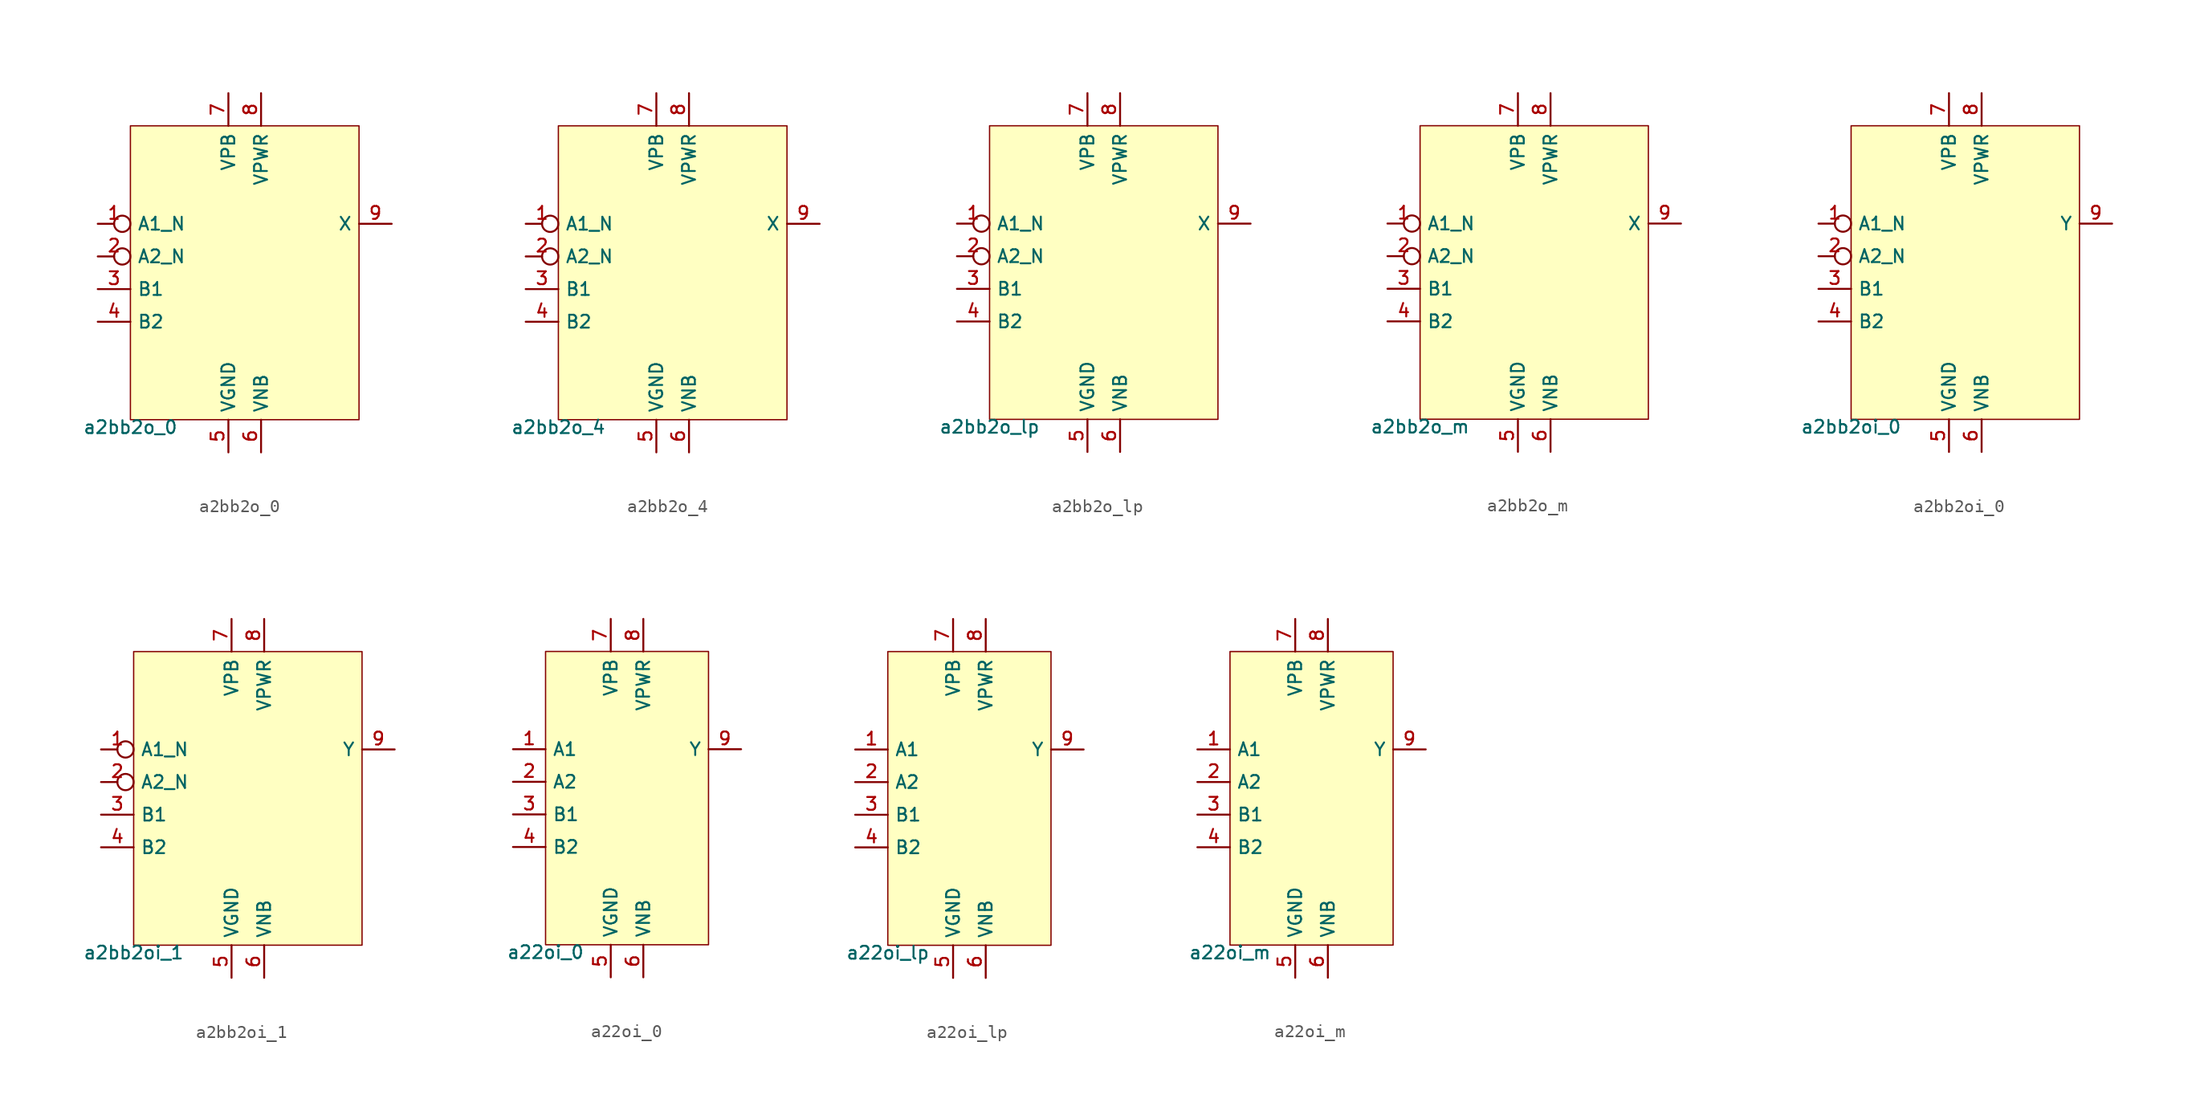
<source format=kicad_sym>
(kicad_symbol_lib
  (version 20211014)
  (generator pdk2kicad)
  (symbol "a2bb2o_0"
    (property "Reference" "X"
      (at 0 0 0)
      (effects (font (size 1 1)) hide))
    (property "Value" "a2bb2o_0"
      (at -8.89 -11.43 0)
      (effects (font (size 1 1)) (justify top)))
    (rectangle
      (start -8.89 -11.43)
      (end 8.89 11.43)
      (stroke (width 0.1) (type solid) (color 0 0 0 0))
      (fill (type background)))
    (pin input inverted
      (at -11.43 3.81 0)
      (length 2.54)
      (name "A1_N" (effects (font (size 1 1)) hide))
      (number "1" (effects (font (size 1 1)) hide)))
    (pin input inverted
      (at -11.43 1.27 0)
      (length 2.54)
      (name "A2_N" (effects (font (size 1 1)) hide))
      (number "2" (effects (font (size 1 1)) hide)))
    (pin input line
      (at -11.43 -1.27 0)
      (length 2.54)
      (name "B1" (effects (font (size 1 1)) hide))
      (number "3" (effects (font (size 1 1)) hide)))
    (pin input line
      (at -11.43 -3.81 0)
      (length 2.54)
      (name "B2" (effects (font (size 1 1)) hide))
      (number "4" (effects (font (size 1 1)) hide)))
    (pin power_in line
      (at -1.27 -13.97 90)
      (length 2.54)
      (name "VGND" (effects (font (size 1 1)) hide))
      (number "5" (effects (font (size 1 1)) hide)))
    (pin power_in line
      (at 1.27 -13.97 90)
      (length 2.54)
      (name "VNB" (effects (font (size 1 1)) hide))
      (number "6" (effects (font (size 1 1)) hide)))
    (pin power_in line
      (at -1.27 13.97 270)
      (length 2.54)
      (name "VPB" (effects (font (size 1 1)) hide))
      (number "7" (effects (font (size 1 1)) hide)))
    (pin power_in line
      (at 1.27 13.97 270)
      (length 2.54)
      (name "VPWR" (effects (font (size 1 1)) hide))
      (number "8" (effects (font (size 1 1)) hide)))
    (pin output line
      (at 11.43 3.81 180)
      (length 2.54)
      (name "X" (effects (font (size 1 1)) hide))
      (number "9" (effects (font (size 1 1)) hide))))
  (symbol "a2bb2o_4"
    (property "Reference" "X"
      (at 0 0 0)
      (effects (font (size 1 1)) hide))
    (property "Value" "a2bb2o_4"
      (at -8.89 -11.43 0)
      (effects (font (size 1 1)) (justify top)))
    (rectangle
      (start -8.89 -11.43)
      (end 8.89 11.43)
      (stroke (width 0.1) (type solid) (color 0 0 0 0))
      (fill (type background)))
    (pin input inverted
      (at -11.43 3.81 0)
      (length 2.54)
      (name "A1_N" (effects (font (size 1 1)) hide))
      (number "1" (effects (font (size 1 1)) hide)))
    (pin input inverted
      (at -11.43 1.27 0)
      (length 2.54)
      (name "A2_N" (effects (font (size 1 1)) hide))
      (number "2" (effects (font (size 1 1)) hide)))
    (pin input line
      (at -11.43 -1.27 0)
      (length 2.54)
      (name "B1" (effects (font (size 1 1)) hide))
      (number "3" (effects (font (size 1 1)) hide)))
    (pin input line
      (at -11.43 -3.81 0)
      (length 2.54)
      (name "B2" (effects (font (size 1 1)) hide))
      (number "4" (effects (font (size 1 1)) hide)))
    (pin power_in line
      (at -1.27 -13.97 90)
      (length 2.54)
      (name "VGND" (effects (font (size 1 1)) hide))
      (number "5" (effects (font (size 1 1)) hide)))
    (pin power_in line
      (at 1.27 -13.97 90)
      (length 2.54)
      (name "VNB" (effects (font (size 1 1)) hide))
      (number "6" (effects (font (size 1 1)) hide)))
    (pin power_in line
      (at -1.27 13.97 270)
      (length 2.54)
      (name "VPB" (effects (font (size 1 1)) hide))
      (number "7" (effects (font (size 1 1)) hide)))
    (pin power_in line
      (at 1.27 13.97 270)
      (length 2.54)
      (name "VPWR" (effects (font (size 1 1)) hide))
      (number "8" (effects (font (size 1 1)) hide)))
    (pin output line
      (at 11.43 3.81 180)
      (length 2.54)
      (name "X" (effects (font (size 1 1)) hide))
      (number "9" (effects (font (size 1 1)) hide))))
  (symbol "a2bb2o_lp"
    (property "Reference" "X"
      (at 0 0 0)
      (effects (font (size 1 1)) hide))
    (property "Value" "a2bb2o_lp"
      (at -8.89 -11.43 0)
      (effects (font (size 1 1)) (justify top)))
    (rectangle
      (start -8.89 -11.43)
      (end 8.89 11.43)
      (stroke (width 0.1) (type solid) (color 0 0 0 0))
      (fill (type background)))
    (pin input inverted
      (at -11.43 3.81 0)
      (length 2.54)
      (name "A1_N" (effects (font (size 1 1)) hide))
      (number "1" (effects (font (size 1 1)) hide)))
    (pin input inverted
      (at -11.43 1.27 0)
      (length 2.54)
      (name "A2_N" (effects (font (size 1 1)) hide))
      (number "2" (effects (font (size 1 1)) hide)))
    (pin input line
      (at -11.43 -1.27 0)
      (length 2.54)
      (name "B1" (effects (font (size 1 1)) hide))
      (number "3" (effects (font (size 1 1)) hide)))
    (pin input line
      (at -11.43 -3.81 0)
      (length 2.54)
      (name "B2" (effects (font (size 1 1)) hide))
      (number "4" (effects (font (size 1 1)) hide)))
    (pin power_in line
      (at -1.27 -13.97 90)
      (length 2.54)
      (name "VGND" (effects (font (size 1 1)) hide))
      (number "5" (effects (font (size 1 1)) hide)))
    (pin power_in line
      (at 1.27 -13.97 90)
      (length 2.54)
      (name "VNB" (effects (font (size 1 1)) hide))
      (number "6" (effects (font (size 1 1)) hide)))
    (pin power_in line
      (at -1.27 13.97 270)
      (length 2.54)
      (name "VPB" (effects (font (size 1 1)) hide))
      (number "7" (effects (font (size 1 1)) hide)))
    (pin power_in line
      (at 1.27 13.97 270)
      (length 2.54)
      (name "VPWR" (effects (font (size 1 1)) hide))
      (number "8" (effects (font (size 1 1)) hide)))
    (pin output line
      (at 11.43 3.81 180)
      (length 2.54)
      (name "X" (effects (font (size 1 1)) hide))
      (number "9" (effects (font (size 1 1)) hide))))
  (symbol "a2bb2o_m"
    (property "Reference" "X"
      (at 0 0 0)
      (effects (font (size 1 1)) hide))
    (property "Value" "a2bb2o_m"
      (at -8.89 -11.43 0)
      (effects (font (size 1 1)) (justify top)))
    (rectangle
      (start -8.89 -11.43)
      (end 8.89 11.43)
      (stroke (width 0.1) (type solid) (color 0 0 0 0))
      (fill (type background)))
    (pin input inverted
      (at -11.43 3.81 0)
      (length 2.54)
      (name "A1_N" (effects (font (size 1 1)) hide))
      (number "1" (effects (font (size 1 1)) hide)))
    (pin input inverted
      (at -11.43 1.27 0)
      (length 2.54)
      (name "A2_N" (effects (font (size 1 1)) hide))
      (number "2" (effects (font (size 1 1)) hide)))
    (pin input line
      (at -11.43 -1.27 0)
      (length 2.54)
      (name "B1" (effects (font (size 1 1)) hide))
      (number "3" (effects (font (size 1 1)) hide)))
    (pin input line
      (at -11.43 -3.81 0)
      (length 2.54)
      (name "B2" (effects (font (size 1 1)) hide))
      (number "4" (effects (font (size 1 1)) hide)))
    (pin power_in line
      (at -1.27 -13.97 90)
      (length 2.54)
      (name "VGND" (effects (font (size 1 1)) hide))
      (number "5" (effects (font (size 1 1)) hide)))
    (pin power_in line
      (at 1.27 -13.97 90)
      (length 2.54)
      (name "VNB" (effects (font (size 1 1)) hide))
      (number "6" (effects (font (size 1 1)) hide)))
    (pin power_in line
      (at -1.27 13.97 270)
      (length 2.54)
      (name "VPB" (effects (font (size 1 1)) hide))
      (number "7" (effects (font (size 1 1)) hide)))
    (pin power_in line
      (at 1.27 13.97 270)
      (length 2.54)
      (name "VPWR" (effects (font (size 1 1)) hide))
      (number "8" (effects (font (size 1 1)) hide)))
    (pin output line
      (at 11.43 3.81 180)
      (length 2.54)
      (name "X" (effects (font (size 1 1)) hide))
      (number "9" (effects (font (size 1 1)) hide))))
  (symbol "a2bb2oi_0"
    (property "Reference" "X"
      (at 0 0 0)
      (effects (font (size 1 1)) hide))
    (property "Value" "a2bb2oi_0"
      (at -8.89 -11.43 0)
      (effects (font (size 1 1)) (justify top)))
    (rectangle
      (start -8.89 -11.43)
      (end 8.89 11.43)
      (stroke (width 0.1) (type solid) (color 0 0 0 0))
      (fill (type background)))
    (pin input inverted
      (at -11.43 3.81 0)
      (length 2.54)
      (name "A1_N" (effects (font (size 1 1)) hide))
      (number "1" (effects (font (size 1 1)) hide)))
    (pin input inverted
      (at -11.43 1.27 0)
      (length 2.54)
      (name "A2_N" (effects (font (size 1 1)) hide))
      (number "2" (effects (font (size 1 1)) hide)))
    (pin input line
      (at -11.43 -1.27 0)
      (length 2.54)
      (name "B1" (effects (font (size 1 1)) hide))
      (number "3" (effects (font (size 1 1)) hide)))
    (pin input line
      (at -11.43 -3.81 0)
      (length 2.54)
      (name "B2" (effects (font (size 1 1)) hide))
      (number "4" (effects (font (size 1 1)) hide)))
    (pin power_in line
      (at -1.27 -13.97 90)
      (length 2.54)
      (name "VGND" (effects (font (size 1 1)) hide))
      (number "5" (effects (font (size 1 1)) hide)))
    (pin power_in line
      (at 1.27 -13.97 90)
      (length 2.54)
      (name "VNB" (effects (font (size 1 1)) hide))
      (number "6" (effects (font (size 1 1)) hide)))
    (pin power_in line
      (at -1.27 13.97 270)
      (length 2.54)
      (name "VPB" (effects (font (size 1 1)) hide))
      (number "7" (effects (font (size 1 1)) hide)))
    (pin power_in line
      (at 1.27 13.97 270)
      (length 2.54)
      (name "VPWR" (effects (font (size 1 1)) hide))
      (number "8" (effects (font (size 1 1)) hide)))
    (pin output line
      (at 11.43 3.81 180)
      (length 2.54)
      (name "Y" (effects (font (size 1 1)) hide))
      (number "9" (effects (font (size 1 1)) hide))))
  (symbol "a2bb2oi_1"
    (property "Reference" "X"
      (at 0 0 0)
      (effects (font (size 1 1)) hide))
    (property "Value" "a2bb2oi_1"
      (at -8.89 -11.43 0)
      (effects (font (size 1 1)) (justify top)))
    (rectangle
      (start -8.89 -11.43)
      (end 8.89 11.43)
      (stroke (width 0.1) (type solid) (color 0 0 0 0))
      (fill (type background)))
    (pin input inverted
      (at -11.43 3.81 0)
      (length 2.54)
      (name "A1_N" (effects (font (size 1 1)) hide))
      (number "1" (effects (font (size 1 1)) hide)))
    (pin input inverted
      (at -11.43 1.27 0)
      (length 2.54)
      (name "A2_N" (effects (font (size 1 1)) hide))
      (number "2" (effects (font (size 1 1)) hide)))
    (pin input line
      (at -11.43 -1.27 0)
      (length 2.54)
      (name "B1" (effects (font (size 1 1)) hide))
      (number "3" (effects (font (size 1 1)) hide)))
    (pin input line
      (at -11.43 -3.81 0)
      (length 2.54)
      (name "B2" (effects (font (size 1 1)) hide))
      (number "4" (effects (font (size 1 1)) hide)))
    (pin power_in line
      (at -1.27 -13.97 90)
      (length 2.54)
      (name "VGND" (effects (font (size 1 1)) hide))
      (number "5" (effects (font (size 1 1)) hide)))
    (pin power_in line
      (at 1.27 -13.97 90)
      (length 2.54)
      (name "VNB" (effects (font (size 1 1)) hide))
      (number "6" (effects (font (size 1 1)) hide)))
    (pin power_in line
      (at -1.27 13.97 270)
      (length 2.54)
      (name "VPB" (effects (font (size 1 1)) hide))
      (number "7" (effects (font (size 1 1)) hide)))
    (pin power_in line
      (at 1.27 13.97 270)
      (length 2.54)
      (name "VPWR" (effects (font (size 1 1)) hide))
      (number "8" (effects (font (size 1 1)) hide)))
    (pin output line
      (at 11.43 3.81 180)
      (length 2.54)
      (name "Y" (effects (font (size 1 1)) hide))
      (number "9" (effects (font (size 1 1)) hide))))
  (symbol "a22oi_0"
    (property "Reference" "X"
      (at 0 0 0)
      (effects (font (size 1 1)) hide))
    (property "Value" "a22oi_0"
      (at -6.35 -11.43 0)
      (effects (font (size 1 1)) (justify top)))
    (rectangle
      (start -6.35 -11.43)
      (end 6.35 11.43)
      (stroke (width 0.1) (type solid) (color 0 0 0 0))
      (fill (type background)))
    (pin input line
      (at -8.89 3.81 0)
      (length 2.54)
      (name "A1" (effects (font (size 1 1)) hide))
      (number "1" (effects (font (size 1 1)) hide)))
    (pin input line
      (at -8.89 1.27 0)
      (length 2.54)
      (name "A2" (effects (font (size 1 1)) hide))
      (number "2" (effects (font (size 1 1)) hide)))
    (pin input line
      (at -8.89 -1.27 0)
      (length 2.54)
      (name "B1" (effects (font (size 1 1)) hide))
      (number "3" (effects (font (size 1 1)) hide)))
    (pin input line
      (at -8.89 -3.81 0)
      (length 2.54)
      (name "B2" (effects (font (size 1 1)) hide))
      (number "4" (effects (font (size 1 1)) hide)))
    (pin power_in line
      (at -1.27 -13.97 90)
      (length 2.54)
      (name "VGND" (effects (font (size 1 1)) hide))
      (number "5" (effects (font (size 1 1)) hide)))
    (pin power_in line
      (at 1.27 -13.97 90)
      (length 2.54)
      (name "VNB" (effects (font (size 1 1)) hide))
      (number "6" (effects (font (size 1 1)) hide)))
    (pin power_in line
      (at -1.27 13.97 270)
      (length 2.54)
      (name "VPB" (effects (font (size 1 1)) hide))
      (number "7" (effects (font (size 1 1)) hide)))
    (pin power_in line
      (at 1.27 13.97 270)
      (length 2.54)
      (name "VPWR" (effects (font (size 1 1)) hide))
      (number "8" (effects (font (size 1 1)) hide)))
    (pin output line
      (at 8.89 3.81 180)
      (length 2.54)
      (name "Y" (effects (font (size 1 1)) hide))
      (number "9" (effects (font (size 1 1)) hide))))
  (symbol "a22oi_lp"
    (property "Reference" "X"
      (at 0 0 0)
      (effects (font (size 1 1)) hide))
    (property "Value" "a22oi_lp"
      (at -6.35 -11.43 0)
      (effects (font (size 1 1)) (justify top)))
    (rectangle
      (start -6.35 -11.43)
      (end 6.35 11.43)
      (stroke (width 0.1) (type solid) (color 0 0 0 0))
      (fill (type background)))
    (pin input line
      (at -8.89 3.81 0)
      (length 2.54)
      (name "A1" (effects (font (size 1 1)) hide))
      (number "1" (effects (font (size 1 1)) hide)))
    (pin input line
      (at -8.89 1.27 0)
      (length 2.54)
      (name "A2" (effects (font (size 1 1)) hide))
      (number "2" (effects (font (size 1 1)) hide)))
    (pin input line
      (at -8.89 -1.27 0)
      (length 2.54)
      (name "B1" (effects (font (size 1 1)) hide))
      (number "3" (effects (font (size 1 1)) hide)))
    (pin input line
      (at -8.89 -3.81 0)
      (length 2.54)
      (name "B2" (effects (font (size 1 1)) hide))
      (number "4" (effects (font (size 1 1)) hide)))
    (pin power_in line
      (at -1.27 -13.97 90)
      (length 2.54)
      (name "VGND" (effects (font (size 1 1)) hide))
      (number "5" (effects (font (size 1 1)) hide)))
    (pin power_in line
      (at 1.27 -13.97 90)
      (length 2.54)
      (name "VNB" (effects (font (size 1 1)) hide))
      (number "6" (effects (font (size 1 1)) hide)))
    (pin power_in line
      (at -1.27 13.97 270)
      (length 2.54)
      (name "VPB" (effects (font (size 1 1)) hide))
      (number "7" (effects (font (size 1 1)) hide)))
    (pin power_in line
      (at 1.27 13.97 270)
      (length 2.54)
      (name "VPWR" (effects (font (size 1 1)) hide))
      (number "8" (effects (font (size 1 1)) hide)))
    (pin output line
      (at 8.89 3.81 180)
      (length 2.54)
      (name "Y" (effects (font (size 1 1)) hide))
      (number "9" (effects (font (size 1 1)) hide))))
  (symbol "a22oi_m"
    (property "Reference" "X"
      (at 0 0 0)
      (effects (font (size 1 1)) hide))
    (property "Value" "a22oi_m"
      (at -6.35 -11.43 0)
      (effects (font (size 1 1)) (justify top)))
    (rectangle
      (start -6.35 -11.43)
      (end 6.35 11.43)
      (stroke (width 0.1) (type solid) (color 0 0 0 0))
      (fill (type background)))
    (pin input line
      (at -8.89 3.81 0)
      (length 2.54)
      (name "A1" (effects (font (size 1 1)) hide))
      (number "1" (effects (font (size 1 1)) hide)))
    (pin input line
      (at -8.89 1.27 0)
      (length 2.54)
      (name "A2" (effects (font (size 1 1)) hide))
      (number "2" (effects (font (size 1 1)) hide)))
    (pin input line
      (at -8.89 -1.27 0)
      (length 2.54)
      (name "B1" (effects (font (size 1 1)) hide))
      (number "3" (effects (font (size 1 1)) hide)))
    (pin input line
      (at -8.89 -3.81 0)
      (length 2.54)
      (name "B2" (effects (font (size 1 1)) hide))
      (number "4" (effects (font (size 1 1)) hide)))
    (pin power_in line
      (at -1.27 -13.97 90)
      (length 2.54)
      (name "VGND" (effects (font (size 1 1)) hide))
      (number "5" (effects (font (size 1 1)) hide)))
    (pin power_in line
      (at 1.27 -13.97 90)
      (length 2.54)
      (name "VNB" (effects (font (size 1 1)) hide))
      (number "6" (effects (font (size 1 1)) hide)))
    (pin power_in line
      (at -1.27 13.97 270)
      (length 2.54)
      (name "VPB" (effects (font (size 1 1)) hide))
      (number "7" (effects (font (size 1 1)) hide)))
    (pin power_in line
      (at 1.27 13.97 270)
      (length 2.54)
      (name "VPWR" (effects (font (size 1 1)) hide))
      (number "8" (effects (font (size 1 1)) hide)))
    (pin output line
      (at 8.89 3.81 180)
      (length 2.54)
      (name "Y" (effects (font (size 1 1)) hide))
      (number "9" (effects (font (size 1 1)) hide)))))
</source>
